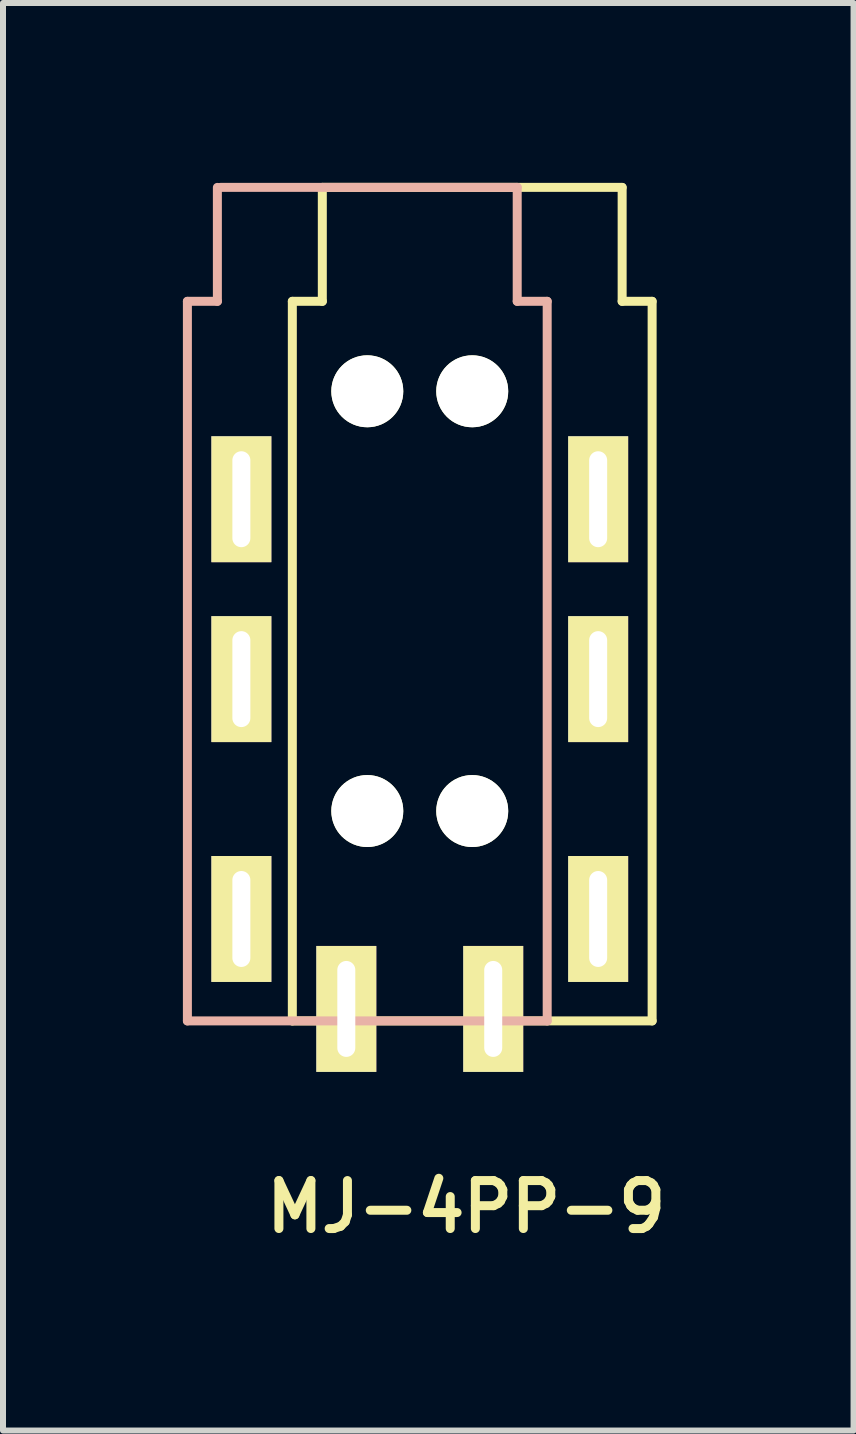
<source format=kicad_pcb>
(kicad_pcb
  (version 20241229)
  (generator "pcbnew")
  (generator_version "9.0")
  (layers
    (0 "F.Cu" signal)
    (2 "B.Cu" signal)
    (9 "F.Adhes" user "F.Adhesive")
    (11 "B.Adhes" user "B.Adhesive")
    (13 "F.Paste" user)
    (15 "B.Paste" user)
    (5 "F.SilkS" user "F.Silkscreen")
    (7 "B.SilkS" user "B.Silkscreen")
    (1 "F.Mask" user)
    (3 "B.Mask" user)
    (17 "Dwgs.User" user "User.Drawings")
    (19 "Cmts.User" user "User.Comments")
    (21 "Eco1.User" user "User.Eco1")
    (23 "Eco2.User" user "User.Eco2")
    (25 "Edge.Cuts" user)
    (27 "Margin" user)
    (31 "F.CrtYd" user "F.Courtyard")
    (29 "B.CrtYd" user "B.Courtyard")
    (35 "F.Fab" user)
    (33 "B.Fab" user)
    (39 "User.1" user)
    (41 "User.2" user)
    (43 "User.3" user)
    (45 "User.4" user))
  (footprint "MJ-4PP-9"
    (layer "F.Cu")
    (at 4.825 1.975)
    (property "Reference" "MJ-4PP-9" (at -0.1 15.1 0) (layer "F.SilkS") (effects (font (size 0.8 0.8) (thickness 0.15))))
    (attr through_hole)
    (fp_line (start -3 0) (end -2.5 0) (stroke (width 0.15) (type solid)) (layer "F.SilkS"))
    (fp_line (start -3 12) (end -3 0) (stroke (width 0.15) (type solid)) (layer "F.SilkS"))
    (fp_line (start -2.5 -1.9) (end 2.5 -1.9) (stroke (width 0.15) (type solid)) (layer "F.SilkS"))
    (fp_line (start -2.5 0) (end -2.5 -1.9) (stroke (width 0.15) (type solid)) (layer "F.SilkS"))
    (fp_line (start 2.5 0) (end 2.5 -1.9) (stroke (width 0.15) (type solid)) (layer "F.SilkS"))
    (fp_line (start 3 0) (end 2.5 0) (stroke (width 0.15) (type solid)) (layer "F.SilkS"))
    (fp_line (start 3 0) (end 3 12) (stroke (width 0.15) (type solid)) (layer "F.SilkS"))
    (fp_line (start 3 12) (end -3 12) (stroke (width 0.15) (type solid)) (layer "F.SilkS"))
    (fp_line (start -4.75 0) (end -4.25 0) (stroke (width 0.15) (type solid)) (layer "B.SilkS"))
    (fp_line (start -4.75 12) (end -4.75 0) (stroke (width 0.15) (type solid)) (layer "B.SilkS"))
    (fp_line (start -4.25 0) (end -4.25 -1.9) (stroke (width 0.15) (type solid)) (layer "B.SilkS"))
    (fp_line (start -4.2 -1.9) (end 0.75 -1.9) (stroke (width 0.15) (type solid)) (layer "B.SilkS"))
    (fp_line (start 0.75 0) (end 0.75 -1.9) (stroke (width 0.15) (type solid)) (layer "B.SilkS"))
    (fp_line (start 1.25 0) (end 0.75 0) (stroke (width 0.15) (type solid)) (layer "B.SilkS"))
    (fp_line (start 1.25 0) (end 1.25 12) (stroke (width 0.15) (type solid)) (layer "B.SilkS"))
    (fp_line (start 1.25 12) (end -4.75 12) (stroke (width 0.15) (type solid)) (layer "B.SilkS"))
    (pad "" np_thru_hole circle (at -1.75 1.5) (size 1.2 1.2) (drill 1.2) (layers "*.Cu" "*.Mask" "F.SilkS"))
    (pad "" np_thru_hole circle (at -1.75 8.5) (size 1.2 1.2) (drill 1.2) (layers "*.Cu" "*.Mask" "F.SilkS"))
    (pad "" np_thru_hole circle (at 0 1.5) (size 1.2 1.2) (drill 1.2) (layers "*.Cu" "*.Mask" "F.SilkS"))
    (pad "" np_thru_hole circle (at 0 8.5) (size 1.2 1.2) (drill 1.2) (layers "*.Cu" "*.Mask" "F.SilkS"))
    (pad "1" thru_hole rect (at -3.85 10.3) (size 1 2.1) (drill oval 0.3 1.6) (layers "*.Cu" "*.Mask" "F.SilkS"))
    (pad "1" thru_hole rect (at 2.1 10.3) (size 1 2.1) (drill oval 0.3 1.6) (layers "*.Cu" "*.Mask" "F.SilkS"))
    (pad "2" thru_hole rect (at -3.85 6.3) (size 1 2.1) (drill oval 0.3 1.6) (layers "*.Cu" "*.Mask" "F.SilkS"))
    (pad "2" thru_hole rect (at 2.1 6.3) (size 1 2.1) (drill oval 0.3 1.6) (layers "*.Cu" "*.Mask" "F.SilkS"))
    (pad "3" thru_hole rect (at -3.85 3.3) (size 1 2.1) (drill oval 0.3 1.6) (layers "*.Cu" "*.Mask" "F.SilkS"))
    (pad "3" thru_hole rect (at 2.1 3.3) (size 1 2.1) (drill oval 0.3 1.6) (layers "*.Cu" "*.Mask" "F.SilkS"))
    (pad "4" thru_hole rect (at -2.1 11.8) (size 1 2.1) (drill oval 0.3 1.6) (layers "*.Cu" "*.Mask" "F.SilkS"))
    (pad "4" thru_hole rect (at 0.35 11.8) (size 1 2.1) (drill oval 0.3 1.6) (layers "*.Cu" "*.Mask" "F.SilkS")))
  (gr_rect
    (start -3 -3)
    (end 11.184 20.806)
    (stroke (width 0.1) (type default))
    (fill no)
    (layer "Edge.Cuts")))
</source>
